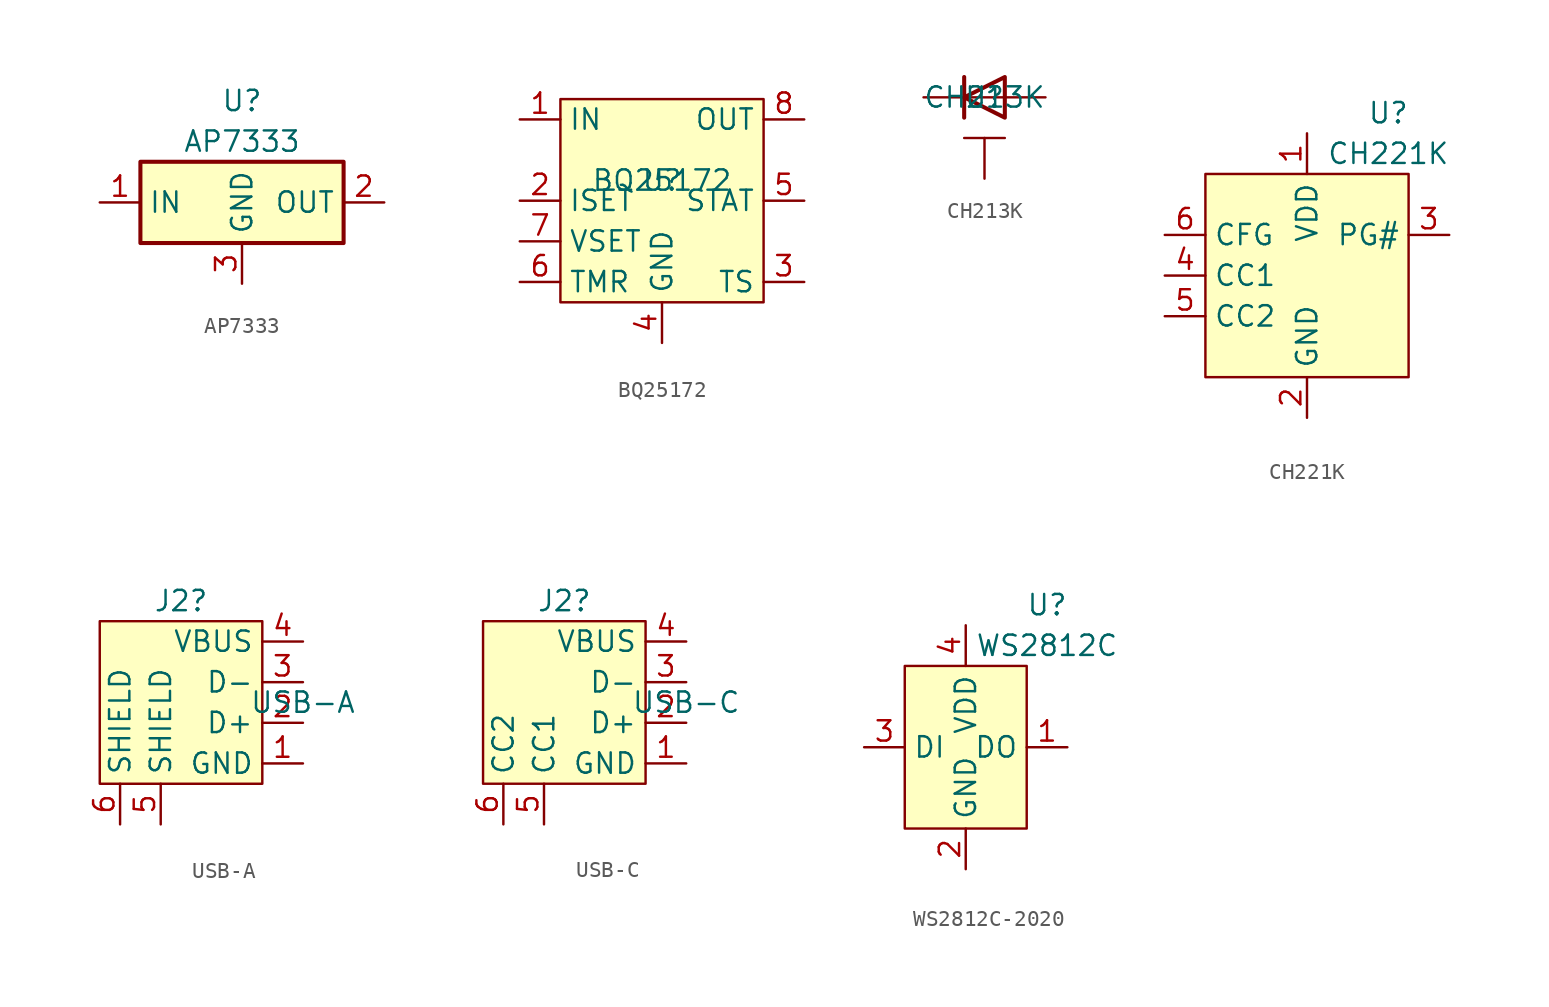
<source format=kicad_sym>
(kicad_symbol_lib
  (version 20241209)
  (generator "kicad_symbol_editor")
  (generator_version "9.0")
  (symbol "AP7333"
    (property "Reference" "U"
      (at 0 6.35 0)
      (effects (font (size 1.27 1.27))))
    (property "Value" "AP7333"
      (at 0 3.81 0)
      (effects (font (size 1.27 1.27))))
    (symbol "AP7333_1_1"
      (rectangle (start -6.35 2.54) (end 6.35 -2.54) (stroke (width 0.254) (type solid)) (fill (type background)))
      (pin power_in line (at -8.89 0 0) (length 2.54) (name "IN" (effects (font (size 1.27 1.27)))) (number "1" (effects (font (size 1.27 1.27)))))
      (pin power_in line (at 0 -5.08 90) (length 2.54) (name "GND" (effects (font (size 1.27 1.27)))) (number "3" (effects (font (size 1.27 1.27)))))
      (pin power_out line (at 8.89 0 180) (length 2.54) (name "OUT" (effects (font (size 1.27 1.27)))) (number "2" (effects (font (size 1.27 1.27)))))))
  (symbol "BQ25172"
    (property "Reference" "U"
      (at 0 0 0)
      (effects (font (size 1.27 1.27))))
    (property "Value" "BQ25172"
      (at 0 0 0)
      (effects (font (size 1.27 1.27))))
    (symbol "BQ25172_1_1"
      (rectangle (start -6.35 5.08) (end 6.35 -7.62) (stroke (width 0) (type solid)) (fill (type background)))
      (pin power_in line (at -8.89 3.81 0) (length 2.54) (name "IN" (effects (font (size 1.27 1.27)))) (number "1" (effects (font (size 1.27 1.27)))))
      (pin input line (at -8.89 -1.27 0) (length 2.54) (name "ISET" (effects (font (size 1.27 1.27)))) (number "2" (effects (font (size 1.27 1.27)))))
      (pin input line (at -8.89 -3.81 0) (length 2.54) (name "VSET" (effects (font (size 1.27 1.27)))) (number "7" (effects (font (size 1.27 1.27)))))
      (pin input line (at -8.89 -6.35 0) (length 2.54) (name "TMR" (effects (font (size 1.27 1.27)))) (number "6" (effects (font (size 1.27 1.27)))))
      (pin power_in line (at 0 -10.16 90) (length 2.54) (name "GND" (effects (font (size 1.27 1.27)))) (number "4" (effects (font (size 1.27 1.27)))))
      (pin power_in line (at 0 -10.16 90) (length 2.54) (hide yes) (name "GND" (effects (font (size 1.27 1.27)))) (number "9" (effects (font (size 1.27 1.27)))))
      (pin power_out line (at 8.89 3.81 180) (length 2.54) (name "OUT" (effects (font (size 1.27 1.27)))) (number "8" (effects (font (size 1.27 1.27)))))
      (pin output line (at 8.89 -1.27 180) (length 2.54) (name "STAT" (effects (font (size 1.27 1.27)))) (number "5" (effects (font (size 1.27 1.27)))))
      (pin input line (at 8.89 -6.35 180) (length 2.54) (name "TS" (effects (font (size 1.27 1.27)))) (number "3" (effects (font (size 1.27 1.27)))))))
  (symbol "CH213K"
    (pin_numbers
      (hide yes))
    (pin_names
      (hide yes))
    (property "Reference" "U"
      (at 0 0 0)
      (effects (font (size 1.27 1.27))))
    (property "Value" "CH213K"
      (at 0 0 0)
      (effects (font (size 1.27 1.27))))
    (symbol "CH213K_0_1"
      (polyline (pts (xy -1.27 1.27) (xy -1.27 -1.27)) (stroke (width 0.254) (type default)) (fill (type none)))
      (polyline (pts (xy 1.27 1.27) (xy 1.27 -1.27) (xy -1.27 0) (xy 1.27 1.27)) (stroke (width 0.254) (type default)) (fill (type none)))
      (polyline (pts (xy 1.27 0) (xy -1.27 0)) (stroke (width 0) (type default)) (fill (type none)))
      (polyline (pts (xy 1.27 -2.54) (xy -1.27 -2.54)) (stroke (width 0) (type default)) (fill (type none))))
    (symbol "CH213K_1_1"
      (pin passive line (at -3.81 0 0) (length 2.54) (name "VO+" (effects (font (size 1.27 1.27)))) (number "3" (effects (font (size 1.27 1.27)))))
      (pin passive line (at 0 -5.08 90) (length 2.54) (name "GND" (effects (font (size 1.27 1.27)))) (number "1" (effects (font (size 1.27 1.27)))))
      (pin passive line (at 3.81 0 180) (length 2.54) (name "VO-" (effects (font (size 1.27 1.27)))) (number "2" (effects (font (size 1.27 1.27)))))))
  (symbol "CH221K"
    (property "Reference" "U"
      (at 5.08 10.16 0)
      (effects (font (size 1.27 1.27))))
    (property "Value" "CH221K"
      (at 5.08 7.62 0)
      (effects (font (size 1.27 1.27))))
    (symbol "CH221K_1_1"
      (rectangle (start -6.35 6.35) (end 6.35 -6.35) (stroke (width 0) (type default)) (fill (type background)))
      (pin input line (at -8.89 2.54 0) (length 2.54) (name "CFG" (effects (font (size 1.27 1.27)))) (number "6" (effects (font (size 1.27 1.27)))))
      (pin input line (at -8.89 0 0) (length 2.54) (name "CC1" (effects (font (size 1.27 1.27)))) (number "4" (effects (font (size 1.27 1.27)))))
      (pin input line (at -8.89 -2.54 0) (length 2.54) (name "CC2" (effects (font (size 1.27 1.27)))) (number "5" (effects (font (size 1.27 1.27)))))
      (pin power_in line (at 0 8.89 270) (length 2.54) (name "VDD" (effects (font (size 1.27 1.27)))) (number "1" (effects (font (size 1.27 1.27)))))
      (pin power_in line (at 0 -8.89 90) (length 2.54) (name "GND" (effects (font (size 1.27 1.27)))) (number "2" (effects (font (size 1.27 1.27)))))
      (pin output line (at 8.89 2.54 180) (length 2.54) (name "PG#" (effects (font (size 1.27 1.27)))) (number "3" (effects (font (size 1.27 1.27)))))))
  (symbol "USB-A"
    (property "Reference" "J2"
      (at 0 6.35 0)
      (effects (font (size 1.27 1.27))))
    (property "Value" "USB-A"
      (at 7.62 0 0)
      (effects (font (size 1.27 1.27))))
    (symbol "USB-A_1_1"
      (rectangle (start -5.08 5.08) (end 5.08 -5.08) (stroke (width 0) (type default)) (fill (type background)))
      (pin power_in line (at -3.81 -7.62 90) (length 2.54) (name "SHIELD" (effects (font (size 1.27 1.27)))) (number "6" (effects (font (size 1.27 1.27)))))
      (pin power_in line (at -1.27 -7.62 90) (length 2.54) (name "SHIELD" (effects (font (size 1.27 1.27)))) (number "5" (effects (font (size 1.27 1.27)))))
      (pin power_in line (at 7.62 3.81 180) (length 2.54) (name "VBUS" (effects (font (size 1.27 1.27)))) (number "4" (effects (font (size 1.27 1.27)))))
      (pin bidirectional line (at 7.62 1.27 180) (length 2.54) (name "D-" (effects (font (size 1.27 1.27)))) (number "3" (effects (font (size 1.27 1.27)))))
      (pin bidirectional line (at 7.62 -1.27 180) (length 2.54) (name "D+" (effects (font (size 1.27 1.27)))) (number "2" (effects (font (size 1.27 1.27)))))
      (pin power_in line (at 7.62 -3.81 180) (length 2.54) (name "GND" (effects (font (size 1.27 1.27)))) (number "1" (effects (font (size 1.27 1.27)))))))
  (symbol "USB-C"
    (property "Reference" "J2"
      (at 0 6.35 0)
      (effects (font (size 1.27 1.27))))
    (property "Value" "USB-C"
      (at 7.62 0 0)
      (effects (font (size 1.27 1.27))))
    (symbol "USB-C_1_1"
      (rectangle (start -5.08 5.08) (end 5.08 -5.08) (stroke (width 0) (type default)) (fill (type background)))
      (pin bidirectional line (at -3.81 -7.62 90) (length 2.54) (name "CC2" (effects (font (size 1.27 1.27)))) (number "6" (effects (font (size 1.27 1.27)))))
      (pin bidirectional line (at -1.27 -7.62 90) (length 2.54) (name "CC1" (effects (font (size 1.27 1.27)))) (number "5" (effects (font (size 1.27 1.27)))))
      (pin power_in line (at 7.62 3.81 180) (length 2.54) (name "VBUS" (effects (font (size 1.27 1.27)))) (number "4" (effects (font (size 1.27 1.27)))))
      (pin bidirectional line (at 7.62 1.27 180) (length 2.54) (name "D-" (effects (font (size 1.27 1.27)))) (number "3" (effects (font (size 1.27 1.27)))))
      (pin bidirectional line (at 7.62 -1.27 180) (length 2.54) (name "D+" (effects (font (size 1.27 1.27)))) (number "2" (effects (font (size 1.27 1.27)))))
      (pin power_in line (at 7.62 -3.81 180) (length 2.54) (name "GND" (effects (font (size 1.27 1.27)))) (number "1" (effects (font (size 1.27 1.27)))))))
  (symbol "WS2812C-2020"
    (property "Reference" "U"
      (at 5.08 8.89 0)
      (effects (font (size 1.27 1.27))))
    (property "Value" "WS2812C"
      (at 5.08 6.35 0)
      (effects (font (size 1.27 1.27))))
    (symbol "WS2812C-2020_1_1"
      (rectangle (start -3.81 5.08) (end 3.81 -5.08) (stroke (width 0) (type default)) (fill (type background)))
      (pin input line (at -6.35 0 0) (length 2.54) (name "DI" (effects (font (size 1.27 1.27)))) (number "3" (effects (font (size 1.27 1.27)))))
      (pin power_in line (at 0 7.62 270) (length 2.54) (name "VDD" (effects (font (size 1.27 1.27)))) (number "4" (effects (font (size 1.27 1.27)))))
      (pin power_in line (at 0 -7.62 90) (length 2.54) (name "GND" (effects (font (size 1.27 1.27)))) (number "2" (effects (font (size 1.27 1.27)))))
      (pin input line (at 6.35 0 180) (length 2.54) (name "DO" (effects (font (size 1.27 1.27)))) (number "1" (effects (font (size 1.27 1.27))))))))
</source>
